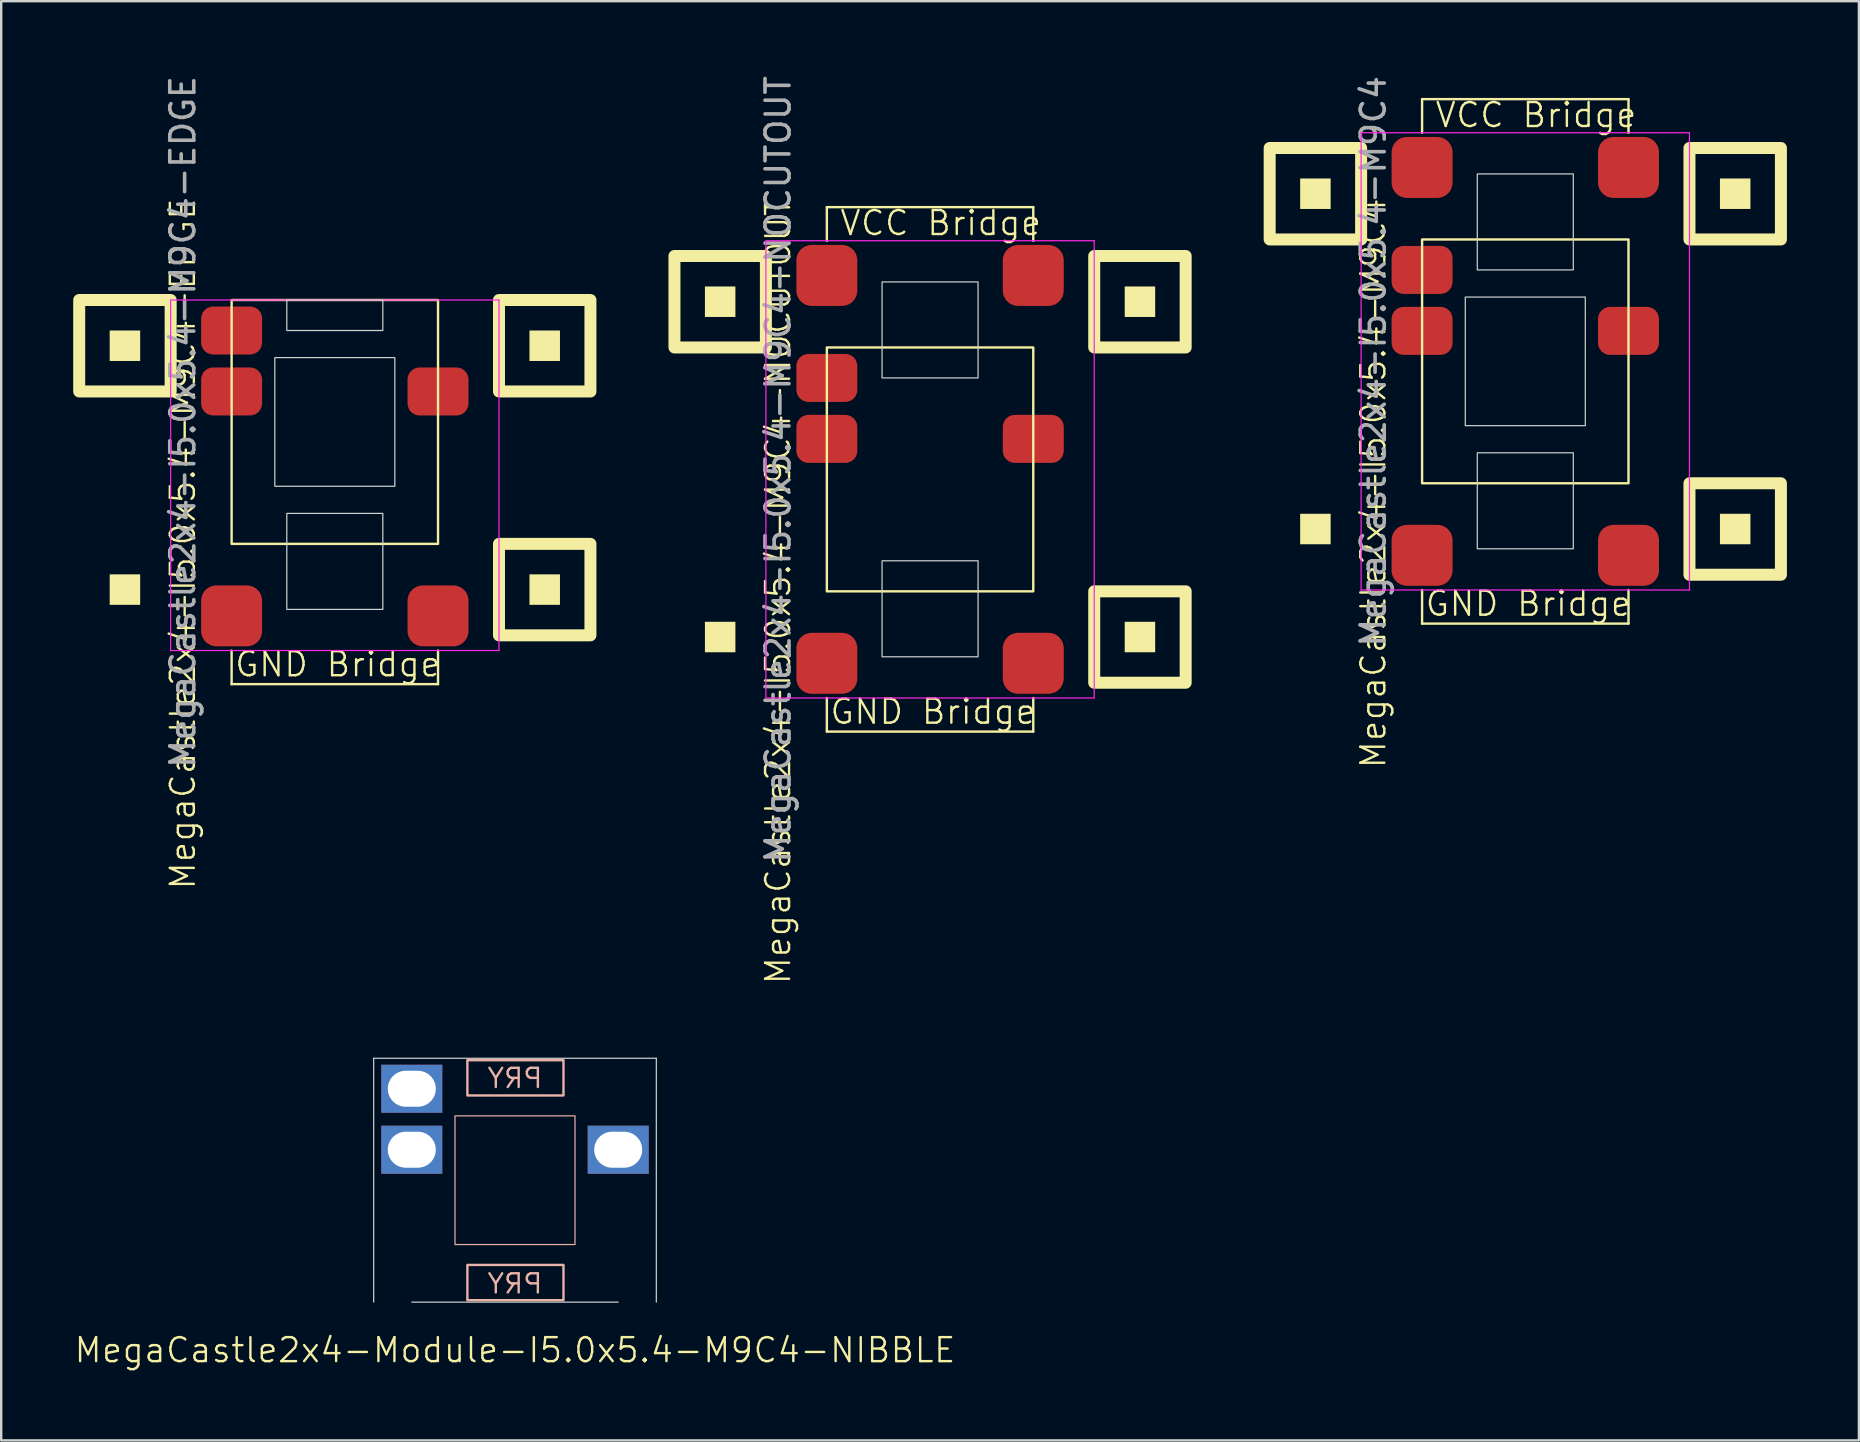
<source format=kicad_pcb>
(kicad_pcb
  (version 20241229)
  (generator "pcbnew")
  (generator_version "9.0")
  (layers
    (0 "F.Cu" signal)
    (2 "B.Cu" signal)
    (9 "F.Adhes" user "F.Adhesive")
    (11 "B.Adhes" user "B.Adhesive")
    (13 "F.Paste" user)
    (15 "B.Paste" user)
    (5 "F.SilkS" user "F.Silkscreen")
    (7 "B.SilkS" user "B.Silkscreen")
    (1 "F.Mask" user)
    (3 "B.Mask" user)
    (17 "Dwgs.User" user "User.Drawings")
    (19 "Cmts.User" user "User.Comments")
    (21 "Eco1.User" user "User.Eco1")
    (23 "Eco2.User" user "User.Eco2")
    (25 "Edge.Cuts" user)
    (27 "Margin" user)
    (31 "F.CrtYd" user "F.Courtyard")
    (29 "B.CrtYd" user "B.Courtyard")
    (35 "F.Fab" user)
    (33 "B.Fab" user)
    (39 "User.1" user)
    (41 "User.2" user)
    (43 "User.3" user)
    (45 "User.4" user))
  (footprint "MegaCastle2x4-I5.0x5.4-M9C4-EDGE"
    (layer "F.Cu")
    (at 10.9 14.53)
    (property "Reference" "MegaCastle2x4-I5.0x5.4-M9C4-EDGE" (at -6.332 5.08 90) (unlocked yes) (layer "F.SilkS") (effects (font (size 1 1) (thickness 0.1))))
    (attr smd)
    (fp_line (start -4.3 9.525) (end -4.3 10.925) (stroke (width 0.1) (type default)) (layer "F.SilkS"))
    (fp_line (start -4.3 10.925) (end 4.3 10.925) (stroke (width 0.1) (type default)) (layer "F.SilkS"))
    (fp_line (start 4.3 9.525) (end 4.3 10.925) (stroke (width 0.1) (type default)) (layer "F.SilkS"))
    (fp_rect (start -8.11 -2.54) (end -9.38 -3.81) (stroke (width 0) (type solid)) (fill yes) (layer "F.SilkS"))
    (fp_rect (start -8.11 7.62) (end -9.38 6.35) (stroke (width 0) (type solid)) (fill yes) (layer "F.SilkS"))
    (fp_rect (start -6.84 -1.27) (end -10.65 -5.08) (stroke (width 0.5) (type default)) (fill no) (layer "F.SilkS"))
    (fp_rect (start -4.3 -5.08) (end 4.3 5.08) (stroke (width 0.1) (type default)) (fill no) (layer "F.SilkS"))
    (fp_rect (start 9.38 -2.54) (end 8.11 -3.81) (stroke (width 0) (type solid)) (fill yes) (layer "F.SilkS"))
    (fp_rect (start 9.38 7.62) (end 8.11 6.35) (stroke (width 0) (type solid)) (fill yes) (layer "F.SilkS"))
    (fp_rect (start 10.65 -1.27) (end 6.84 -5.08) (stroke (width 0.5) (type default)) (fill no) (layer "F.SilkS"))
    (fp_rect (start 10.65 8.89) (end 6.84 5.08) (stroke (width 0.5) (type default)) (fill no) (layer "F.SilkS"))
    (fp_rect (start -2.5 -2.68) (end 2.5 2.68) (stroke (width 0.05) (type default)) (fill no) (layer "Edge.Cuts"))
    (fp_rect (start -2 -3.81) (end 2 -5.08) (stroke (width 0.05) (type default)) (fill no) (layer "Edge.Cuts"))
    (fp_rect (start -2 3.81) (end 2 7.81) (stroke (width 0.05) (type default)) (fill no) (layer "Edge.Cuts"))
    (fp_line (start -6.84 -5.08) (end -6.84 9.525) (stroke (width 0.05) (type default)) (layer "F.CrtYd"))
    (fp_line (start -6.84 9.525) (end 6.84 9.525) (stroke (width 0.05) (type default)) (layer "F.CrtYd"))
    (fp_line (start 6.84 -5.08) (end -6.84 -5.08) (stroke (width 0.05) (type default)) (layer "F.CrtYd"))
    (fp_line (start 6.84 -5.08) (end 6.84 9.525) (stroke (width 0.05) (type default)) (layer "F.CrtYd"))
    (fp_text user "GND Bridge" (at -4.226 10.68 0) (unlocked yes) (layer "F.SilkS") (effects (font (size 1 1) (thickness 0.1)) (justify left bottom)))
    (fp_text user "${REFERENCE}" (at -6.332 0 90) (unlocked yes) (layer "F.Fab") (effects (font (size 1 1) (thickness 0.15))))
    (pad "1" smd roundrect (at -4.3 -3.81) (size 2.54 2) (layers "F.Cu" "F.Mask" "F.Paste") (roundrect_rratio 0.25))
    (pad "2" smd roundrect (at -4.3 -1.27) (size 2.54 2) (layers "F.Cu" "F.Mask" "F.Paste") (roundrect_rratio 0.25))
    (pad "6" smd roundrect (at 4.3 -1.27) (size 2.54 2) (layers "F.Cu" "F.Mask" "F.Paste") (roundrect_rratio 0.25))
    (pad "B1" smd roundrect (at -4.3 8.08) (size 2.54 2.54) (layers "F.Cu" "F.Mask" "F.Paste") (roundrect_rratio 0.25))
    (pad "B2" smd roundrect (at 4.3 8.08) (size 2.54 2.54) (layers "F.Cu" "F.Mask" "F.Paste") (roundrect_rratio 0.25)))
  (footprint "MegaCastle2x4-I5.0x5.4-M9C4"
    (layer "F.Cu")
    (at 60.5 12.006)
    (property "Reference" "MegaCastle2x4-I5.0x5.4-M9C4" (at -6.332 5.08 90) (unlocked yes) (layer "F.SilkS") (effects (font (size 1 1) (thickness 0.1))))
    (attr smd)
    (fp_line (start -4.3 -10.925) (end 4.3 -10.925) (stroke (width 0.1) (type default)) (layer "F.SilkS"))
    (fp_line (start -4.3 -9.525) (end -4.3 -10.925) (stroke (width 0.1) (type default)) (layer "F.SilkS"))
    (fp_line (start -4.3 9.525) (end -4.3 10.925) (stroke (width 0.1) (type default)) (layer "F.SilkS"))
    (fp_line (start -4.3 10.925) (end 4.3 10.925) (stroke (width 0.1) (type default)) (layer "F.SilkS"))
    (fp_line (start 4.3 -9.525) (end 4.3 -10.925) (stroke (width 0.1) (type default)) (layer "F.SilkS"))
    (fp_line (start 4.3 9.525) (end 4.3 10.925) (stroke (width 0.1) (type default)) (layer "F.SilkS"))
    (fp_rect (start -8.11 -6.35) (end -9.38 -7.62) (stroke (width 0) (type solid)) (fill yes) (layer "F.SilkS"))
    (fp_rect (start -8.11 7.62) (end -9.38 6.35) (stroke (width 0) (type solid)) (fill yes) (layer "F.SilkS"))
    (fp_rect (start -6.84 -5.08) (end -10.65 -8.89) (stroke (width 0.5) (type default)) (fill no) (layer "F.SilkS"))
    (fp_rect (start -4.3 -5.08) (end 4.3 5.08) (stroke (width 0.1) (type default)) (fill no) (layer "F.SilkS"))
    (fp_rect (start 9.38 -6.35) (end 8.11 -7.62) (stroke (width 0) (type solid)) (fill yes) (layer "F.SilkS"))
    (fp_rect (start 9.38 7.62) (end 8.11 6.35) (stroke (width 0) (type solid)) (fill yes) (layer "F.SilkS"))
    (fp_rect (start 10.65 -5.08) (end 6.84 -8.89) (stroke (width 0.5) (type default)) (fill no) (layer "F.SilkS"))
    (fp_rect (start 10.65 8.89) (end 6.84 5.08) (stroke (width 0.5) (type default)) (fill no) (layer "F.SilkS"))
    (fp_rect (start -2.5 -2.68) (end 2.5 2.68) (stroke (width 0.05) (type default)) (fill no) (layer "Edge.Cuts"))
    (fp_rect (start -2 -3.81) (end 2 -7.81) (stroke (width 0.05) (type default)) (fill no) (layer "Edge.Cuts"))
    (fp_rect (start -2 3.81) (end 2 7.81) (stroke (width 0.05) (type default)) (fill no) (layer "Edge.Cuts"))
    (fp_line (start -6.84 -9.525) (end -6.84 9.525) (stroke (width 0.05) (type default)) (layer "F.CrtYd"))
    (fp_line (start -6.84 9.525) (end 6.84 9.525) (stroke (width 0.05) (type default)) (layer "F.CrtYd"))
    (fp_line (start 6.84 -9.525) (end -6.84 -9.525) (stroke (width 0.05) (type default)) (layer "F.CrtYd"))
    (fp_line (start 6.84 -9.525) (end 6.84 9.525) (stroke (width 0.05) (type default)) (layer "F.CrtYd"))
    (fp_text user "GND Bridge" (at -4.226 10.68 0) (unlocked yes) (layer "F.SilkS") (effects (font (size 1 1) (thickness 0.1)) (justify left bottom)))
    (fp_text user "VCC Bridge" (at -3.81 -9.68 0) (unlocked yes) (layer "F.SilkS") (effects (font (size 1 1) (thickness 0.1)) (justify left bottom)))
    (fp_text user "${REFERENCE}" (at -6.332 0 90) (unlocked yes) (layer "F.Fab") (effects (font (size 1 1) (thickness 0.15))))
    (pad "1" smd roundrect (at -4.3 -3.81) (size 2.54 2) (layers "F.Cu" "F.Mask" "F.Paste") (roundrect_rratio 0.25))
    (pad "2" smd roundrect (at -4.3 -1.27) (size 2.54 2) (layers "F.Cu" "F.Mask" "F.Paste") (roundrect_rratio 0.25))
    (pad "6" smd roundrect (at 4.3 -1.27) (size 2.54 2) (layers "F.Cu" "F.Mask" "F.Paste") (roundrect_rratio 0.25))
    (pad "A1" smd roundrect (at -4.3 -8.08) (size 2.54 2.54) (layers "F.Cu" "F.Mask" "F.Paste") (roundrect_rratio 0.25))
    (pad "A2" smd roundrect (at 4.3 -8.08) (size 2.54 2.54) (layers "F.Cu" "F.Mask" "F.Paste") (roundrect_rratio 0.25))
    (pad "B1" smd roundrect (at -4.3 8.08) (size 2.54 2.54) (layers "F.Cu" "F.Mask" "F.Paste") (roundrect_rratio 0.25))
    (pad "B2" smd roundrect (at 4.3 8.08) (size 2.54 2.54) (layers "F.Cu" "F.Mask" "F.Paste") (roundrect_rratio 0.25)))
  (footprint "MegaCastle2x4-I5.0x5.4-M9C4-NOCUTOUT"
    (layer "F.Cu")
    (at 35.7 16.506)
    (property "Reference" "MegaCastle2x4-I5.0x5.4-M9C4-NOCUTOUT" (at -6.332 5.08 90) (unlocked yes) (layer "F.SilkS") (effects (font (size 1 1) (thickness 0.1))))
    (attr smd)
    (fp_line (start -4.3 -10.925) (end 4.3 -10.925) (stroke (width 0.1) (type default)) (layer "F.SilkS"))
    (fp_line (start -4.3 -9.525) (end -4.3 -10.925) (stroke (width 0.1) (type default)) (layer "F.SilkS"))
    (fp_line (start -4.3 9.525) (end -4.3 10.925) (stroke (width 0.1) (type default)) (layer "F.SilkS"))
    (fp_line (start -4.3 10.925) (end 4.3 10.925) (stroke (width 0.1) (type default)) (layer "F.SilkS"))
    (fp_line (start 4.3 -9.525) (end 4.3 -10.925) (stroke (width 0.1) (type default)) (layer "F.SilkS"))
    (fp_line (start 4.3 9.525) (end 4.3 10.925) (stroke (width 0.1) (type default)) (layer "F.SilkS"))
    (fp_rect (start -8.11 -6.35) (end -9.38 -7.62) (stroke (width 0) (type solid)) (fill yes) (layer "F.SilkS"))
    (fp_rect (start -8.11 7.62) (end -9.38 6.35) (stroke (width 0) (type solid)) (fill yes) (layer "F.SilkS"))
    (fp_rect (start -6.84 -5.08) (end -10.65 -8.89) (stroke (width 0.5) (type default)) (fill no) (layer "F.SilkS"))
    (fp_rect (start -4.3 -5.08) (end 4.3 5.08) (stroke (width 0.1) (type default)) (fill no) (layer "F.SilkS"))
    (fp_rect (start 9.38 -6.35) (end 8.11 -7.62) (stroke (width 0) (type solid)) (fill yes) (layer "F.SilkS"))
    (fp_rect (start 9.38 7.62) (end 8.11 6.35) (stroke (width 0) (type solid)) (fill yes) (layer "F.SilkS"))
    (fp_rect (start 10.65 -5.08) (end 6.84 -8.89) (stroke (width 0.5) (type default)) (fill no) (layer "F.SilkS"))
    (fp_rect (start 10.65 8.89) (end 6.84 5.08) (stroke (width 0.5) (type default)) (fill no) (layer "F.SilkS"))
    (fp_rect (start -2 -3.81) (end 2 -7.81) (stroke (width 0.05) (type default)) (fill no) (layer "Edge.Cuts"))
    (fp_rect (start -2 3.81) (end 2 7.81) (stroke (width 0.05) (type default)) (fill no) (layer "Edge.Cuts"))
    (fp_line (start -6.84 -9.525) (end -6.84 9.525) (stroke (width 0.05) (type default)) (layer "F.CrtYd"))
    (fp_line (start -6.84 9.525) (end 6.84 9.525) (stroke (width 0.05) (type default)) (layer "F.CrtYd"))
    (fp_line (start 6.84 -9.525) (end -6.84 -9.525) (stroke (width 0.05) (type default)) (layer "F.CrtYd"))
    (fp_line (start 6.84 -9.525) (end 6.84 9.525) (stroke (width 0.05) (type default)) (layer "F.CrtYd"))
    (fp_text user "GND Bridge" (at -4.226 10.68 0) (unlocked yes) (layer "F.SilkS") (effects (font (size 1 1) (thickness 0.1)) (justify left bottom)))
    (fp_text user "VCC Bridge" (at -3.81 -9.68 0) (unlocked yes) (layer "F.SilkS") (effects (font (size 1 1) (thickness 0.1)) (justify left bottom)))
    (fp_text user "${REFERENCE}" (at -6.332 0 90) (unlocked yes) (layer "F.Fab") (effects (font (size 1 1) (thickness 0.15))))
    (pad "1" smd roundrect (at -4.3 -3.81) (size 2.54 2) (layers "F.Cu" "F.Mask" "F.Paste") (roundrect_rratio 0.25))
    (pad "2" smd roundrect (at -4.3 -1.27) (size 2.54 2) (layers "F.Cu" "F.Mask" "F.Paste") (roundrect_rratio 0.25))
    (pad "6" smd roundrect (at 4.3 -1.27) (size 2.54 2) (layers "F.Cu" "F.Mask" "F.Paste") (roundrect_rratio 0.25))
    (pad "A1" smd roundrect (at -4.3 -8.08) (size 2.54 2.54) (layers "F.Cu" "F.Mask" "F.Paste") (roundrect_rratio 0.25))
    (pad "A2" smd roundrect (at 4.3 -8.08) (size 2.54 2.54) (layers "F.Cu" "F.Mask" "F.Paste") (roundrect_rratio 0.25))
    (pad "B1" smd roundrect (at -4.3 8.08) (size 2.54 2.54) (layers "F.Cu" "F.Mask" "F.Paste") (roundrect_rratio 0.25))
    (pad "B2" smd roundrect (at 4.3 8.08) (size 2.54 2.54) (layers "F.Cu" "F.Mask" "F.Paste") (roundrect_rratio 0.25)))
  (footprint "MegaCastle2x4-Module-I5.0x5.4-M9C4-NIBBLE"
    (layer "F.Cu")
    (at 18.407 46.122)
    (property "Reference" "MegaCastle2x4-Module-I5.0x5.4-M9C4-NIBBLE" (at 0 7.08 0) (unlocked yes) (layer "F.SilkS") (effects (font (size 1 1) (thickness 0.1))))
    (attr smd)
    (fp_rect (start -2.5 2.68) (end 2.5 -2.68) (stroke (width 0.05) (type default)) (fill no) (layer "B.SilkS"))
    (fp_rect (start -1.984 -3.531) (end 2.02 -5) (stroke (width 0.1) (type default)) (fill no) (layer "B.SilkS"))
    (fp_rect (start -1.984 3.531) (end 2.02 5) (stroke (width 0.1) (type default)) (fill no) (layer "B.SilkS"))
    (fp_line (start -5.888 -5.08) (end -5.888 5.08) (stroke (width 0.05) (type default)) (layer "Edge.Cuts"))
    (fp_line (start -5.888 -5.08) (end 5.888 -5.08) (stroke (width 0.05) (type default)) (layer "Edge.Cuts"))
    (fp_line (start -4.3 5.08) (end 4.3 5.08) (stroke (width 0.05) (type default)) (layer "Edge.Cuts"))
    (fp_line (start 5.888 -5.08) (end 5.888 5.08) (stroke (width 0.05) (type default)) (layer "Edge.Cuts"))
    (fp_text user "PRY" (at 0 -3.78 0) (unlocked yes) (layer "B.SilkS") (effects (font (size 0.8 0.8) (thickness 0.1)) (justify bottom mirror)))
    (fp_text user "PRY" (at 0 4.78 0) (unlocked yes) (layer "B.SilkS") (effects (font (size 0.8 0.8) (thickness 0.1)) (justify bottom mirror)))
    (pad "1" thru_hole rect (at -4.3 -3.81) (size 2.54 2) (drill oval 2 1.5) (property pad_prop_castellated) (layers "*.Cu" "*.Mask"))
    (pad "2" thru_hole rect (at -4.3 -1.27) (size 2.54 2) (drill oval 2 1.5) (property pad_prop_castellated) (layers "*.Cu" "*.Mask"))
    (pad "6" thru_hole rect (at 4.3 -1.27) (size 2.54 2) (drill oval 2 1.5) (property pad_prop_castellated) (layers "*.Cu" "*.Mask"))
    (zone (net_name "") (layer "B.Cu") (hatch edge 0.5) (connect_pads) (min_thickness 0.25) (filled_areas_thickness no) (keepout (tracks allowed) (vias allowed) (pads allowed) (copperpour allowed) (footprints not_allowed)) (placement (enabled no)) (fill) (polygon (pts (xy 14.107 51.202) (xy 14.107 41.042) (xy 15.907 41.042) (xy 15.907 51.202))))
    (zone (net_name "") (layer "B.Cu") (hatch edge 0.5) (connect_pads) (min_thickness 0.25) (filled_areas_thickness no) (keepout (tracks allowed) (vias allowed) (pads allowed) (copperpour allowed) (footprints not_allowed)) (placement (enabled no)) (fill) (polygon (pts (xy 15.907 41.042) (xy 15.907 43.442) (xy 20.907 43.442) (xy 20.907 41.042))))
    (zone (net_name "") (layer "B.Cu") (hatch edge 0.5) (connect_pads) (min_thickness 0.25) (filled_areas_thickness no) (keepout (tracks allowed) (vias allowed) (pads allowed) (copperpour allowed) (footprints not_allowed)) (placement (enabled no)) (fill) (polygon (pts (xy 15.907 51.202) (xy 15.907 48.802) (xy 20.907 48.802) (xy 20.907 51.202))))
    (zone (net_name "") (layer "B.Cu") (name "Upper Pry Zone") (hatch edge 0.5) (connect_pads) (min_thickness 0.25) (filled_areas_thickness no) (keepout (tracks not_allowed) (vias not_allowed) (pads not_allowed) (copperpour allowed) (footprints not_allowed)) (placement (enabled no)) (fill) (polygon (pts (xy 16.423 42.59) (xy 16.423 41.122) (xy 20.427 41.122) (xy 20.427 42.59))))
    (zone (net_name "") (layer "B.Cu") (name "Upper Pry Zone") (hatch edge 0.5) (connect_pads) (min_thickness 0.25) (filled_areas_thickness no) (keepout (tracks not_allowed) (vias not_allowed) (pads not_allowed) (copperpour allowed) (footprints not_allowed)) (placement (enabled no)) (fill) (polygon (pts (xy 16.423 49.653) (xy 16.423 51.122) (xy 20.427 51.122) (xy 20.427 49.653))))
    (zone (net_name "") (layer "B.Cu") (hatch edge 0.5) (connect_pads) (min_thickness 0.25) (filled_areas_thickness no) (keepout (tracks allowed) (vias allowed) (pads allowed) (copperpour allowed) (footprints not_allowed)) (placement (enabled no)) (fill) (polygon (pts (xy 22.707 51.202) (xy 22.707 41.042) (xy 20.907 41.042) (xy 20.907 51.202)))))
  (gr_rect
    (start -3 -3)
    (end 74.4 56.962)
    (stroke (width 0.1) (type default))
    (fill no)
    (layer "Edge.Cuts")))
</source>
